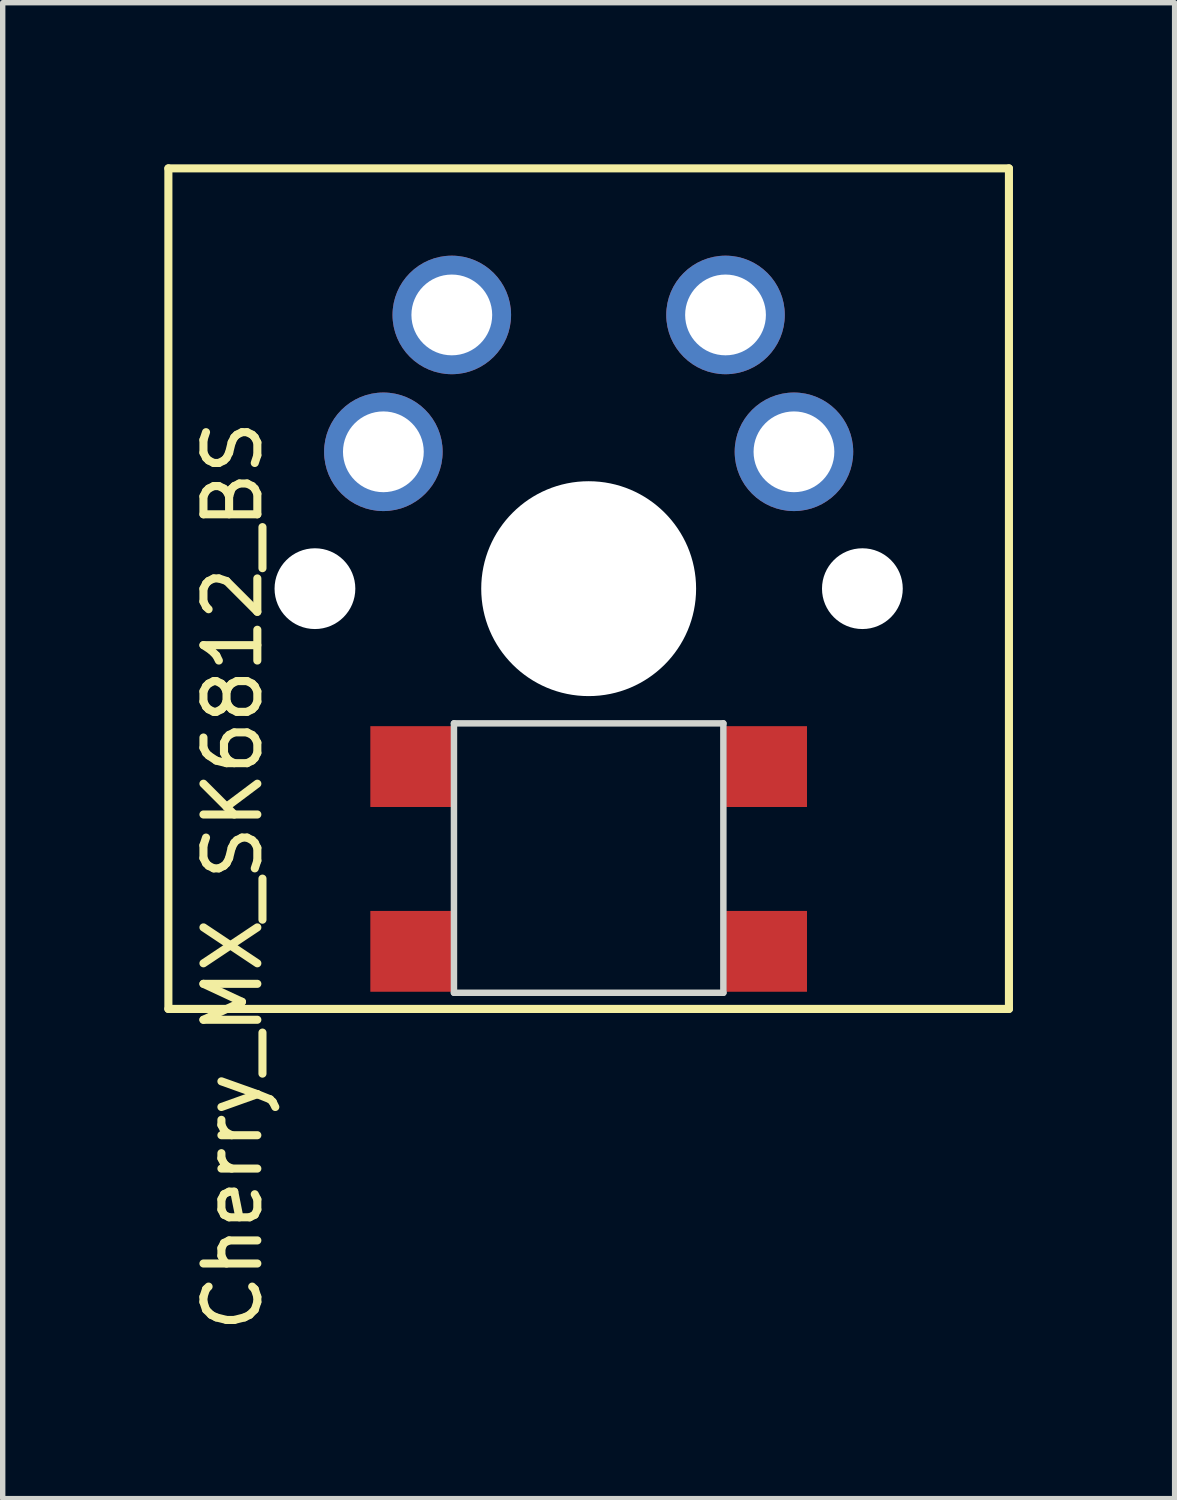
<source format=kicad_pcb>
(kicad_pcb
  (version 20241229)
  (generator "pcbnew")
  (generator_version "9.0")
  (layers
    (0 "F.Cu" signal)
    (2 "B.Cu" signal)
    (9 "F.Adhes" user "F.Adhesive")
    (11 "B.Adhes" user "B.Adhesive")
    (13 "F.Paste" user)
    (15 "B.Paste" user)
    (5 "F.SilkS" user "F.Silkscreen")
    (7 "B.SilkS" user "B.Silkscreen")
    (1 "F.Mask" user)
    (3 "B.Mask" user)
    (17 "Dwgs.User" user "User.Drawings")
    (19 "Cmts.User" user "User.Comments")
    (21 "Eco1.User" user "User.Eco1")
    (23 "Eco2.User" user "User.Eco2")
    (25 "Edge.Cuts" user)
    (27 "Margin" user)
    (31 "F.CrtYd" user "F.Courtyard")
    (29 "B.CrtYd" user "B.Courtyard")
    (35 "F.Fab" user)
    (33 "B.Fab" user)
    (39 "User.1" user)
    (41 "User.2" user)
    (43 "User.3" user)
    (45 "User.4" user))
  (footprint "Cherry_MX_SK6812_BS"
    (layer "F.Cu")
    (at 7.875 7.875)
    (property "Reference" "Cherry_MX_SK6812_BS" (at -6.604 5.334 90) (layer "F.SilkS") (effects (font (size 1 1) (thickness 0.15))))
    (attr through_hole)
    (fp_line (start -7.8 -7.8) (end 7.8 -7.8) (stroke (width 0.15) (type solid)) (layer "F.SilkS"))
    (fp_line (start -7.8 7.8) (end -7.8 -7.8) (stroke (width 0.15) (type solid)) (layer "F.SilkS"))
    (fp_line (start 7.8 -7.8) (end 7.8 7.8) (stroke (width 0.15) (type solid)) (layer "F.SilkS"))
    (fp_line (start 7.8 7.8) (end -7.8 7.8) (stroke (width 0.15) (type solid)) (layer "F.SilkS"))
    (fp_line (start -2.5 2.5) (end 2.5 2.5) (stroke (width 0.12) (type solid)) (layer "Edge.Cuts"))
    (fp_line (start -2.5 7.5) (end -2.5 2.5) (stroke (width 0.12) (type solid)) (layer "Edge.Cuts"))
    (fp_line (start 2.5 2.5) (end 2.5 7.5) (stroke (width 0.12) (type solid)) (layer "Edge.Cuts"))
    (fp_line (start 2.5 7.5) (end -2.5 7.5) (stroke (width 0.12) (type solid)) (layer "Edge.Cuts"))
    (pad "" np_thru_hole circle (at -5.08 0) (size 1.499 1.499) (drill 1.499) (layers "*.Cu" "*.Mask"))
    (pad "" np_thru_hole circle (at 0 0) (size 3.988 3.988) (drill 3.988) (layers "*.Cu" "*.Mask"))
    (pad "" np_thru_hole circle (at 5.08 0) (size 1.499 1.499) (drill 1.499) (layers "*.Cu" "*.Mask"))
    (pad "1" smd rect (at 3.302 3.302) (size 1.5 1.5) (layers "F.Cu" "F.Mask" "F.Paste"))
    (pad "2" smd rect (at 3.302 6.731) (size 1.5 1.5) (layers "F.Cu" "F.Mask" "F.Paste"))
    (pad "3" smd rect (at -3.302 6.731) (size 1.5 1.5) (layers "F.Cu" "F.Mask" "F.Paste"))
    (pad "4" smd rect (at -3.302 3.302) (size 1.5 1.5) (layers "F.Cu" "F.Mask" "F.Paste"))
    (pad "5" thru_hole circle (at -3.81 -2.54) (size 2.2 2.2) (drill 1.499) (layers "*.Cu" "*.Mask"))
    (pad "5" thru_hole circle (at -2.54 -5.08) (size 2.2 2.2) (drill 1.499) (layers "*.Cu" "*.Mask"))
    (pad "6" thru_hole circle (at 2.54 -5.08) (size 2.2 2.2) (drill 1.499) (layers "*.Cu" "*.Mask"))
    (pad "6" thru_hole circle (at 3.81 -2.54) (size 2.2 2.2) (drill 1.499) (layers "*.Cu" "*.Mask")))
  (gr_rect
    (start -3 -3)
    (end 18.75 24.763)
    (stroke (width 0.1) (type default))
    (fill no)
    (layer "Edge.Cuts")))
</source>
